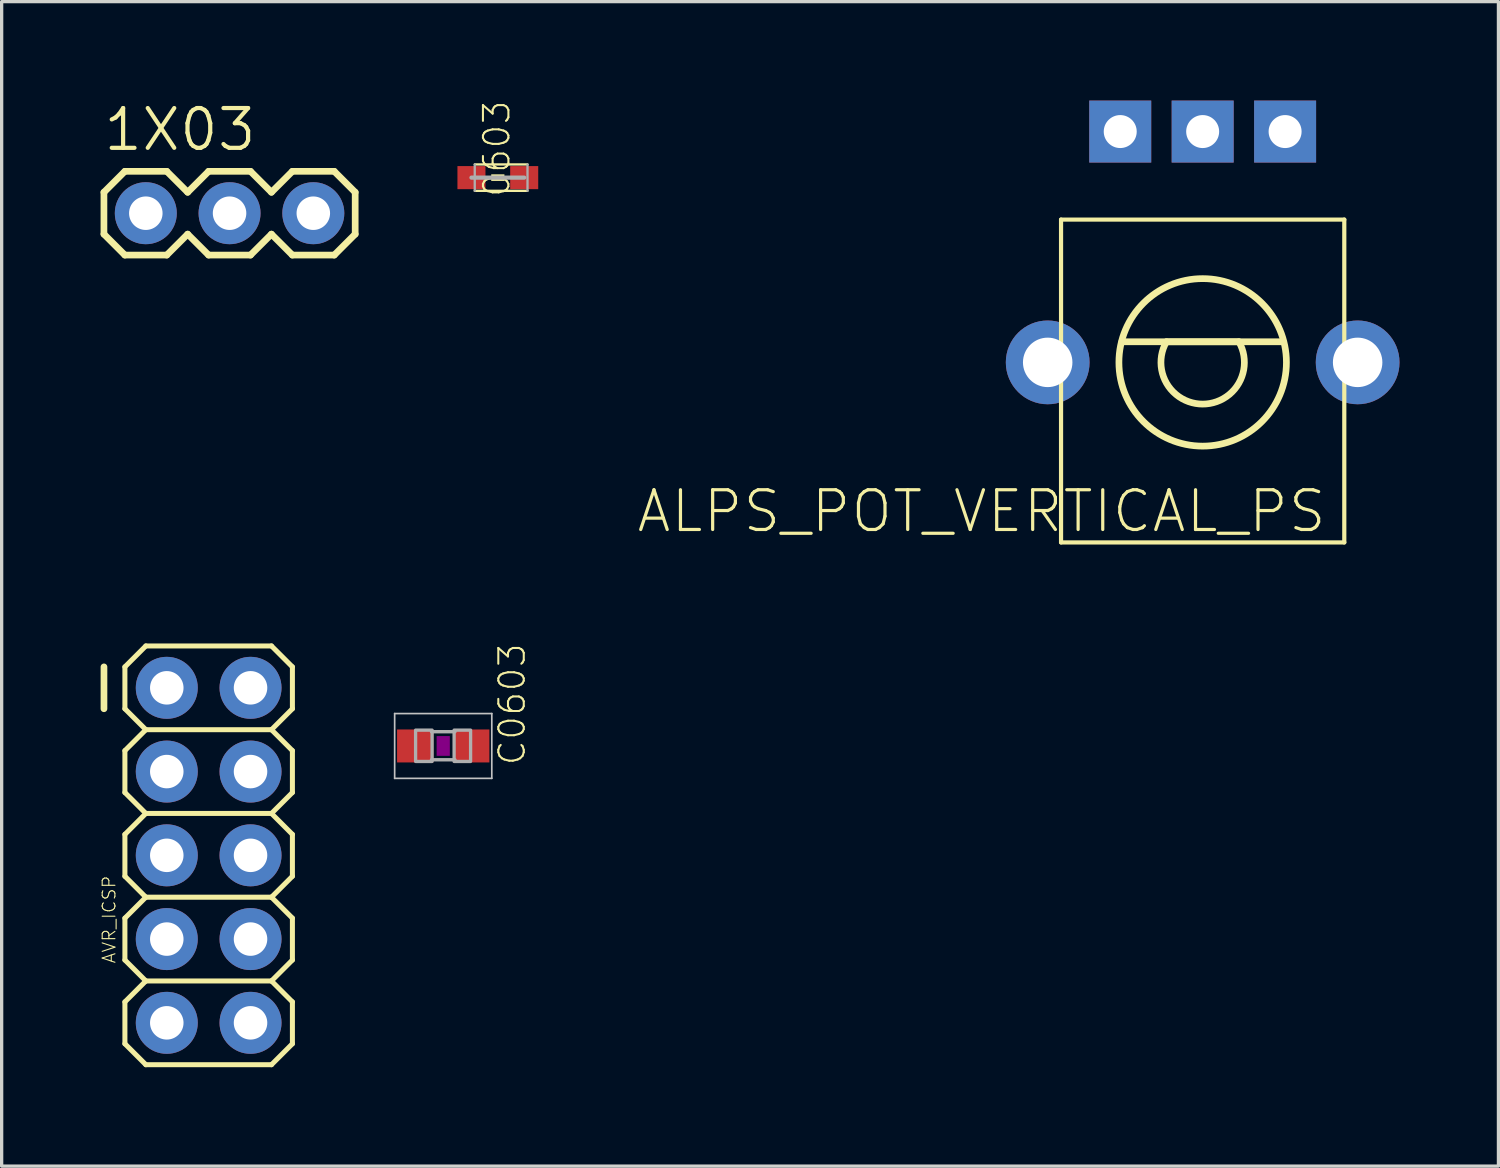
<source format=kicad_pcb>
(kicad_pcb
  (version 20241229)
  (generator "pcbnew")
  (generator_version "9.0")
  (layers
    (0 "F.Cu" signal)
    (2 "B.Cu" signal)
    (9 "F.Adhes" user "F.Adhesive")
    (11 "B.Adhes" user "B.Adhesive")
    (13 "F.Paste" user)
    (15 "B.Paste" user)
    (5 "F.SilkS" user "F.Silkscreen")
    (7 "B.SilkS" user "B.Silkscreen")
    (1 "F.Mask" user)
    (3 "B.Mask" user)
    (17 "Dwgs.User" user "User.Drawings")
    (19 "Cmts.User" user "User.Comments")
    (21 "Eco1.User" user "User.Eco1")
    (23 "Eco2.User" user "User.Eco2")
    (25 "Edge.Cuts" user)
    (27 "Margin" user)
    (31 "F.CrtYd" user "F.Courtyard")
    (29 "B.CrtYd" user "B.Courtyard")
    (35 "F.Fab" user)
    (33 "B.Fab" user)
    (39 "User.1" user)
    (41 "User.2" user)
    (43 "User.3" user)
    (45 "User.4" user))
  (footprint "AVR_ICSP"
    (layer "F.Cu")
    (at 3.278 22.89)
    (property "Reference" "AVR_ICSP" (at -2.794 3.302 90) (layer "F.SilkS") (effects (font (size 0.386 0.386) (thickness 0.033)) (justify left bottom)))
    (attr through_hole)
    (fp_line (start -3.175 -5.715) (end -3.175 -4.445) (stroke (width 0.203) (type solid)) (layer "F.SilkS"))
    (fp_line (start -2.54 -5.715) (end -2.54 -4.445) (stroke (width 0.152) (type solid)) (layer "F.SilkS"))
    (fp_line (start -2.54 -4.445) (end -1.905 -3.81) (stroke (width 0.152) (type solid)) (layer "F.SilkS"))
    (fp_line (start -2.54 -3.175) (end -2.54 -1.905) (stroke (width 0.152) (type solid)) (layer "F.SilkS"))
    (fp_line (start -2.54 -1.905) (end -1.905 -1.27) (stroke (width 0.152) (type solid)) (layer "F.SilkS"))
    (fp_line (start -2.54 -0.635) (end -2.54 0.635) (stroke (width 0.152) (type solid)) (layer "F.SilkS"))
    (fp_line (start -2.54 0.635) (end -1.905 1.27) (stroke (width 0.152) (type solid)) (layer "F.SilkS"))
    (fp_line (start -2.54 1.905) (end -2.54 3.175) (stroke (width 0.152) (type solid)) (layer "F.SilkS"))
    (fp_line (start -2.54 3.175) (end -1.905 3.81) (stroke (width 0.152) (type solid)) (layer "F.SilkS"))
    (fp_line (start -2.54 4.445) (end -2.54 5.715) (stroke (width 0.152) (type solid)) (layer "F.SilkS"))
    (fp_line (start -2.54 5.715) (end -1.905 6.35) (stroke (width 0.152) (type solid)) (layer "F.SilkS"))
    (fp_line (start -1.905 -6.35) (end -2.54 -5.715) (stroke (width 0.152) (type solid)) (layer "F.SilkS"))
    (fp_line (start -1.905 -6.35) (end 1.905 -6.35) (stroke (width 0.152) (type solid)) (layer "F.SilkS"))
    (fp_line (start -1.905 -3.81) (end -2.54 -3.175) (stroke (width 0.152) (type solid)) (layer "F.SilkS"))
    (fp_line (start -1.905 -1.27) (end -2.54 -0.635) (stroke (width 0.152) (type solid)) (layer "F.SilkS"))
    (fp_line (start -1.905 1.27) (end -2.54 1.905) (stroke (width 0.152) (type solid)) (layer "F.SilkS"))
    (fp_line (start -1.905 3.81) (end -2.54 4.445) (stroke (width 0.152) (type solid)) (layer "F.SilkS"))
    (fp_line (start 1.905 -6.35) (end 2.54 -5.715) (stroke (width 0.152) (type solid)) (layer "F.SilkS"))
    (fp_line (start 1.905 -3.81) (end -1.905 -3.81) (stroke (width 0.152) (type solid)) (layer "F.SilkS"))
    (fp_line (start 1.905 -3.81) (end 2.54 -3.175) (stroke (width 0.152) (type solid)) (layer "F.SilkS"))
    (fp_line (start 1.905 -1.27) (end -1.905 -1.27) (stroke (width 0.152) (type solid)) (layer "F.SilkS"))
    (fp_line (start 1.905 -1.27) (end 2.54 -0.635) (stroke (width 0.152) (type solid)) (layer "F.SilkS"))
    (fp_line (start 1.905 1.27) (end -1.905 1.27) (stroke (width 0.152) (type solid)) (layer "F.SilkS"))
    (fp_line (start 1.905 1.27) (end 2.54 1.905) (stroke (width 0.152) (type solid)) (layer "F.SilkS"))
    (fp_line (start 1.905 3.81) (end -1.905 3.81) (stroke (width 0.152) (type solid)) (layer "F.SilkS"))
    (fp_line (start 1.905 3.81) (end 2.54 4.445) (stroke (width 0.152) (type solid)) (layer "F.SilkS"))
    (fp_line (start 1.905 6.35) (end -1.905 6.35) (stroke (width 0.152) (type solid)) (layer "F.SilkS"))
    (fp_line (start 2.54 -5.715) (end 2.54 -4.445) (stroke (width 0.152) (type solid)) (layer "F.SilkS"))
    (fp_line (start 2.54 -4.445) (end 1.905 -3.81) (stroke (width 0.152) (type solid)) (layer "F.SilkS"))
    (fp_line (start 2.54 -3.175) (end 2.54 -1.905) (stroke (width 0.152) (type solid)) (layer "F.SilkS"))
    (fp_line (start 2.54 -1.905) (end 1.905 -1.27) (stroke (width 0.152) (type solid)) (layer "F.SilkS"))
    (fp_line (start 2.54 -0.635) (end 2.54 0.635) (stroke (width 0.152) (type solid)) (layer "F.SilkS"))
    (fp_line (start 2.54 0.635) (end 1.905 1.27) (stroke (width 0.152) (type solid)) (layer "F.SilkS"))
    (fp_line (start 2.54 1.905) (end 2.54 3.175) (stroke (width 0.152) (type solid)) (layer "F.SilkS"))
    (fp_line (start 2.54 3.175) (end 1.905 3.81) (stroke (width 0.152) (type solid)) (layer "F.SilkS"))
    (fp_line (start 2.54 4.445) (end 2.54 5.715) (stroke (width 0.152) (type solid)) (layer "F.SilkS"))
    (fp_line (start 2.54 5.715) (end 1.905 6.35) (stroke (width 0.152) (type solid)) (layer "F.SilkS"))
    (fp_poly (pts (xy -1.524 0.254) (xy -1.016 0.254) (xy -1.016 -0.254) (xy -1.524 -0.254)) (stroke (width 0) (type solid)) (fill yes) (layer "F.SilkS"))
    (fp_poly (pts (xy -1.524 -4.826) (xy -1.016 -4.826) (xy -1.016 -5.334) (xy -1.524 -5.334)) (stroke (width 0.1) (type solid)) (fill no) (layer "F.Fab"))
    (fp_poly (pts (xy -1.524 -2.286) (xy -1.016 -2.286) (xy -1.016 -2.794) (xy -1.524 -2.794)) (stroke (width 0.1) (type solid)) (fill no) (layer "F.Fab"))
    (fp_poly (pts (xy -1.524 2.794) (xy -1.016 2.794) (xy -1.016 2.286) (xy -1.524 2.286)) (stroke (width 0.1) (type solid)) (fill no) (layer "F.Fab"))
    (fp_poly (pts (xy -1.524 5.334) (xy -1.016 5.334) (xy -1.016 4.826) (xy -1.524 4.826)) (stroke (width 0.1) (type solid)) (fill no) (layer "F.Fab"))
    (fp_poly (pts (xy 1.016 -4.826) (xy 1.524 -4.826) (xy 1.524 -5.334) (xy 1.016 -5.334)) (stroke (width 0.1) (type solid)) (fill no) (layer "F.Fab"))
    (fp_poly (pts (xy 1.016 -2.286) (xy 1.524 -2.286) (xy 1.524 -2.794) (xy 1.016 -2.794)) (stroke (width 0.1) (type solid)) (fill no) (layer "F.Fab"))
    (fp_poly (pts (xy 1.016 0.254) (xy 1.524 0.254) (xy 1.524 -0.254) (xy 1.016 -0.254)) (stroke (width 0.1) (type solid)) (fill no) (layer "F.Fab"))
    (fp_poly (pts (xy 1.016 2.794) (xy 1.524 2.794) (xy 1.524 2.286) (xy 1.016 2.286)) (stroke (width 0.1) (type solid)) (fill no) (layer "F.Fab"))
    (fp_poly (pts (xy 1.016 5.334) (xy 1.524 5.334) (xy 1.524 4.826) (xy 1.016 4.826)) (stroke (width 0.1) (type solid)) (fill no) (layer "F.Fab"))
    (pad "1" thru_hole circle (at -1.27 -5.08 270) (size 1.88 1.88) (drill 1.016) (layers "*.Cu" "*.Mask"))
    (pad "2" thru_hole circle (at 1.27 -5.08 270) (size 1.88 1.88) (drill 1.016) (layers "*.Cu" "*.Mask"))
    (pad "3" thru_hole circle (at -1.27 -2.54 270) (size 1.88 1.88) (drill 1.016) (layers "*.Cu" "*.Mask"))
    (pad "4" thru_hole circle (at 1.27 -2.54 270) (size 1.88 1.88) (drill 1.016) (layers "*.Cu" "*.Mask"))
    (pad "5" thru_hole circle (at -1.27 0 270) (size 1.88 1.88) (drill 1.016) (layers "*.Cu" "*.Mask"))
    (pad "6" thru_hole circle (at 1.27 0 270) (size 1.88 1.88) (drill 1.016) (layers "*.Cu" "*.Mask"))
    (pad "7" thru_hole circle (at -1.27 2.54 270) (size 1.88 1.88) (drill 1.016) (layers "*.Cu" "*.Mask"))
    (pad "8" thru_hole circle (at 1.27 2.54 270) (size 1.88 1.88) (drill 1.016) (layers "*.Cu" "*.Mask"))
    (pad "9" thru_hole circle (at -1.27 5.08 270) (size 1.88 1.88) (drill 1.016) (layers "*.Cu" "*.Mask"))
    (pad "10" thru_hole circle (at 1.27 5.08 270) (size 1.88 1.88) (drill 1.016) (layers "*.Cu" "*.Mask")))
  (footprint "ALPS_POT_VERTICAL_PS"
    (layer "F.Cu")
    (at 33.424 7.94)
    (property "Reference" "ALPS_POT_VERTICAL_PS" (at 3.81 3.81 180) (layer "F.SilkS") (effects (font (size 1.206 1.206) (thickness 0.097)) (justify right top)))
    (attr through_hole)
    (fp_line (start -4.295 -4.33) (end 4.295 -4.33) (stroke (width 0.127) (type solid)) (layer "F.SilkS"))
    (fp_line (start -4.295 5.46) (end -4.295 -4.33) (stroke (width 0.127) (type solid)) (layer "F.SilkS"))
    (fp_line (start -2.45 -0.625) (end 2.425 -0.625) (stroke (width 0.203) (type solid)) (layer "F.SilkS"))
    (fp_line (start -1.1 -0.625) (end 1.1 -0.625) (stroke (width 0.203) (type solid)) (layer "F.SilkS"))
    (fp_line (start 4.295 -4.33) (end 4.295 5.46) (stroke (width 0.127) (type solid)) (layer "F.SilkS"))
    (fp_line (start 4.295 5.46) (end -4.295 5.46) (stroke (width 0.127) (type solid)) (layer "F.SilkS"))
    (fp_arc (start 1.1 -0.625) (mid 0 1.265158) (end -1.1 -0.625) (stroke (width 0.2032) (type solid)) (layer "F.SilkS"))
    (fp_circle (center 0 0) (end 2.54 0) (stroke (width 0.203) (type solid)) (fill no) (layer "F.SilkS"))
    (pad "P$1" thru_hole rect (at -2.5 -7 270) (size 1.88 1.88) (drill 1) (layers "*.Cu" "*.Mask"))
    (pad "P$2" thru_hole rect (at 0 -7 270) (size 1.88 1.88) (drill 1) (layers "*.Cu" "*.Mask"))
    (pad "P$3" thru_hole rect (at 2.5 -7 270) (size 1.88 1.88) (drill 1) (layers "*.Cu" "*.Mask"))
    (pad "P$4" thru_hole circle (at -4.7 0 270) (size 2.54 2.54) (drill 1.5) (layers "*.Cu" "*.Mask"))
    (pad "P$5" thru_hole circle (at 4.7 0 270) (size 2.54 2.54) (drill 1.5) (layers "*.Cu" "*.Mask")))
  (footprint "1X03"
    (layer "F.Cu")
    (at 1.372 3.416)
    (property "Reference" "1X03" (at -1.346 -1.829 0) (layer "F.SilkS") (effects (font (size 1.206 1.206) (thickness 0.127)) (justify left bottom)))
    (attr through_hole)
    (fp_line (start -1.27 -0.635) (end -1.27 0.635) (stroke (width 0.203) (type solid)) (layer "F.SilkS"))
    (fp_line (start -1.27 0.635) (end -0.635 1.27) (stroke (width 0.203) (type solid)) (layer "F.SilkS"))
    (fp_line (start -0.635 -1.27) (end -1.27 -0.635) (stroke (width 0.203) (type solid)) (layer "F.SilkS"))
    (fp_line (start -0.635 -1.27) (end 0.635 -1.27) (stroke (width 0.203) (type solid)) (layer "F.SilkS"))
    (fp_line (start 0.635 -1.27) (end 1.27 -0.635) (stroke (width 0.203) (type solid)) (layer "F.SilkS"))
    (fp_line (start 0.635 1.27) (end -0.635 1.27) (stroke (width 0.203) (type solid)) (layer "F.SilkS"))
    (fp_line (start 1.27 -0.635) (end 1.905 -1.27) (stroke (width 0.203) (type solid)) (layer "F.SilkS"))
    (fp_line (start 1.27 0.635) (end 0.635 1.27) (stroke (width 0.203) (type solid)) (layer "F.SilkS"))
    (fp_line (start 1.905 -1.27) (end 3.175 -1.27) (stroke (width 0.203) (type solid)) (layer "F.SilkS"))
    (fp_line (start 1.905 1.27) (end 1.27 0.635) (stroke (width 0.203) (type solid)) (layer "F.SilkS"))
    (fp_line (start 3.175 -1.27) (end 3.81 -0.635) (stroke (width 0.203) (type solid)) (layer "F.SilkS"))
    (fp_line (start 3.175 1.27) (end 1.905 1.27) (stroke (width 0.203) (type solid)) (layer "F.SilkS"))
    (fp_line (start 3.81 -0.635) (end 4.445 -1.27) (stroke (width 0.203) (type solid)) (layer "F.SilkS"))
    (fp_line (start 3.81 0.635) (end 3.175 1.27) (stroke (width 0.203) (type solid)) (layer "F.SilkS"))
    (fp_line (start 4.445 -1.27) (end 5.715 -1.27) (stroke (width 0.203) (type solid)) (layer "F.SilkS"))
    (fp_line (start 4.445 1.27) (end 3.81 0.635) (stroke (width 0.203) (type solid)) (layer "F.SilkS"))
    (fp_line (start 5.715 -1.27) (end 6.35 -0.635) (stroke (width 0.203) (type solid)) (layer "F.SilkS"))
    (fp_line (start 5.715 1.27) (end 4.445 1.27) (stroke (width 0.203) (type solid)) (layer "F.SilkS"))
    (fp_line (start 6.35 -0.635) (end 6.35 0.635) (stroke (width 0.203) (type solid)) (layer "F.SilkS"))
    (fp_line (start 6.35 0.635) (end 5.715 1.27) (stroke (width 0.203) (type solid)) (layer "F.SilkS"))
    (fp_poly (pts (xy -0.254 0.254) (xy 0.254 0.254) (xy 0.254 -0.254) (xy -0.254 -0.254)) (stroke (width 0.1) (type solid)) (fill no) (layer "F.Fab"))
    (fp_poly (pts (xy 2.286 0.254) (xy 2.794 0.254) (xy 2.794 -0.254) (xy 2.286 -0.254)) (stroke (width 0.1) (type solid)) (fill no) (layer "F.Fab"))
    (fp_poly (pts (xy 4.826 0.254) (xy 5.334 0.254) (xy 5.334 -0.254) (xy 4.826 -0.254)) (stroke (width 0.1) (type solid)) (fill no) (layer "F.Fab"))
    (pad "1" thru_hole circle (at 0 0 90) (size 1.88 1.88) (drill 1.016) (layers "*.Cu" "*.Mask"))
    (pad "2" thru_hole circle (at 2.54 0 90) (size 1.88 1.88) (drill 1.016) (layers "*.Cu" "*.Mask"))
    (pad "3" thru_hole circle (at 5.08 0 90) (size 1.88 1.88) (drill 1.016) (layers "*.Cu" "*.Mask")))
  (footprint "C0603"
    (layer "F.Cu")
    (at 10.392 19.573)
    (property "Reference" "C0603" (at 2.54 0.635 270) (layer "F.SilkS") (effects (font (size 0.772 0.772) (thickness 0.062)) (justify left bottom)))
    (attr through_hole)
    (fp_poly (pts (xy -0.2 0.3) (xy 0.2 0.3) (xy 0.2 -0.3) (xy -0.2 -0.3)) (stroke (width 0) (type solid)) (fill yes) (layer "F.Adhes"))
    (fp_line (start -1.473 -0.983) (end 1.473 -0.983) (stroke (width 0.051) (type solid)) (layer "Dwgs.User"))
    (fp_line (start -1.473 0.983) (end -1.473 -0.983) (stroke (width 0.051) (type solid)) (layer "Dwgs.User"))
    (fp_line (start 1.473 -0.983) (end 1.473 0.983) (stroke (width 0.051) (type solid)) (layer "Dwgs.User"))
    (fp_line (start 1.473 0.983) (end -1.473 0.983) (stroke (width 0.051) (type solid)) (layer "Dwgs.User"))
    (fp_line (start -0.356 -0.432) (end 0.356 -0.432) (stroke (width 0.102) (type solid)) (layer "F.Fab"))
    (fp_line (start -0.356 0.419) (end 0.356 0.419) (stroke (width 0.102) (type solid)) (layer "F.Fab"))
    (fp_poly (pts (xy -0.838 0.47) (xy -0.338 0.47) (xy -0.338 -0.48) (xy -0.838 -0.48)) (stroke (width 0.1) (type solid)) (fill no) (layer "F.Fab"))
    (fp_poly (pts (xy 0.33 0.47) (xy 0.83 0.47) (xy 0.83 -0.48) (xy 0.33 -0.48)) (stroke (width 0.1) (type solid)) (fill no) (layer "F.Fab"))
    (pad "1" smd rect (at -0.85 0) (size 1.1 1) (layers "F.Cu" "F.Mask" "F.Paste"))
    (pad "2" smd rect (at 0.85 0) (size 1.1 1) (layers "F.Cu" "F.Mask" "F.Paste")))
  (footprint "0603"
    (layer "F.Cu")
    (at 12.148 2.337)
    (property "Reference" "0603" (at 0.318 0.635 270) (layer "F.SilkS") (effects (font (size 0.772 0.772) (thickness 0.062)) (justify left bottom)))
    (attr through_hole)
    (fp_line (start -0.8 -0.4) (end 0.8 -0.4) (stroke (width 0.07) (type solid)) (layer "F.SilkS"))
    (fp_line (start 0.8 0.4) (end -0.8 0.4) (stroke (width 0.07) (type solid)) (layer "F.SilkS"))
    (fp_poly (pts (xy -0.3 0.1) (xy 0.1 0.1) (xy 0.1 -0.1) (xy -0.3 -0.1)) (stroke (width 0) (type solid)) (fill yes) (layer "F.SilkS"))
    (fp_line (start -0.9 0) (end 0.7 0) (stroke (width 0.127) (type solid)) (layer "F.Fab"))
    (fp_line (start -0.8 0.4) (end -0.8 -0.4) (stroke (width 0.07) (type solid)) (layer "F.Fab"))
    (fp_line (start 0.8 -0.4) (end 0.8 0.4) (stroke (width 0.07) (type solid)) (layer "F.Fab"))
    (pad "1" smd rect (at -0.9 0) (size 0.85 0.7) (layers "F.Cu" "F.Mask" "F.Paste"))
    (pad "2" smd rect (at 0.7 0) (size 0.85 0.7) (layers "F.Cu" "F.Mask" "F.Paste")))
  (gr_rect
    (start -3 -3)
    (end 42.394 32.316)
    (stroke (width 0.1) (type default))
    (fill no)
    (layer "Edge.Cuts")))
</source>
